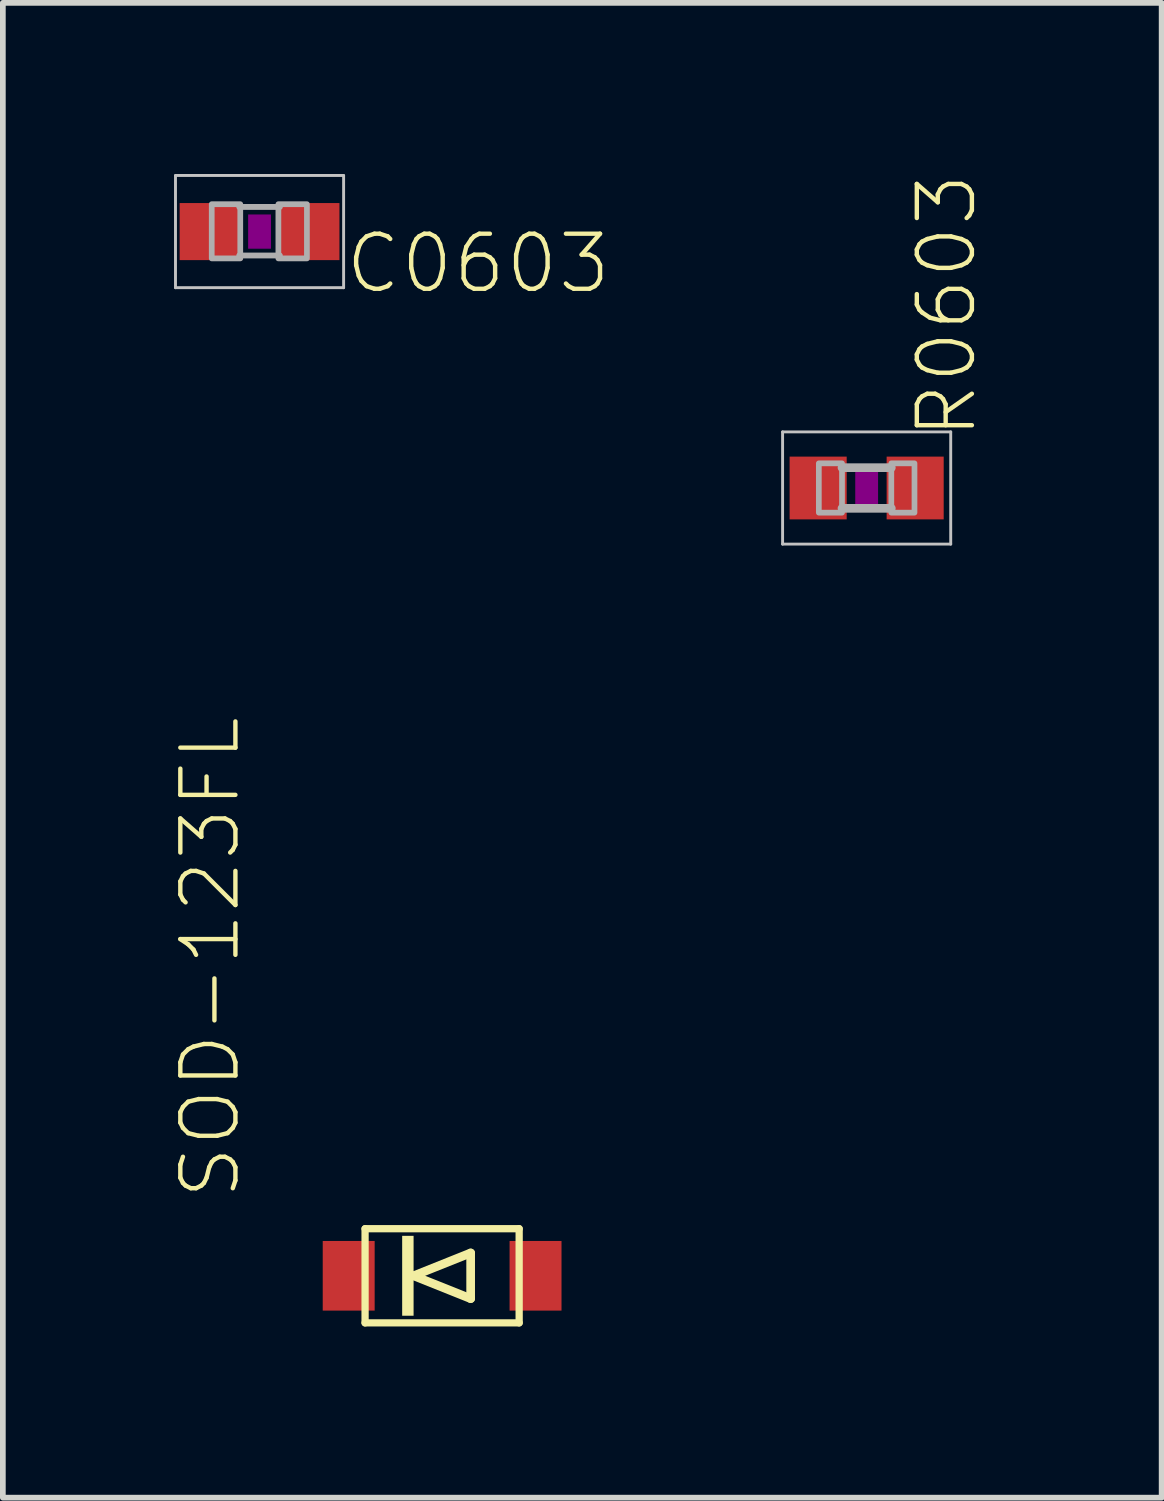
<source format=kicad_pcb>
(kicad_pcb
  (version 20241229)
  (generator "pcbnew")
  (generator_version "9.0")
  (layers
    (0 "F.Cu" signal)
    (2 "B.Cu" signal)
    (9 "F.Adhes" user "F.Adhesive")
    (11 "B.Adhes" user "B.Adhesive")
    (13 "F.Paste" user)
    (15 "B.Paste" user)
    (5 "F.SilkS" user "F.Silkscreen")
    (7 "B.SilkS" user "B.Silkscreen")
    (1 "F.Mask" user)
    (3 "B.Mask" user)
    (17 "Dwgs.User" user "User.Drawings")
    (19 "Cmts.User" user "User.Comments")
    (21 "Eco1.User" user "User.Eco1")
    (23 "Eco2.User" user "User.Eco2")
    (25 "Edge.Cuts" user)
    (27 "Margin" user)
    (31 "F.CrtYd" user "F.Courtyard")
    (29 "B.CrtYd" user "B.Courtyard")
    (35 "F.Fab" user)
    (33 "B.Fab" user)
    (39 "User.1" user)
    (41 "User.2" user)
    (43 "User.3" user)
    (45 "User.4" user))
  (footprint "SOD-123FL"
    (layer "F.Cu")
    (at 4.697 19.305)
    (property "Reference" "SOD-123FL" (at -3.5 -1.3 90) (layer "F.SilkS") (effects (font (size 0.965 0.965) (thickness 0.077)) (justify left bottom)))
    (attr through_hole)
    (fp_line (start -1.35 -0.825) (end 1.35 -0.825) (stroke (width 0.127) (type solid)) (layer "F.SilkS"))
    (fp_line (start -1.35 0.825) (end -1.35 -0.825) (stroke (width 0.127) (type solid)) (layer "F.SilkS"))
    (fp_line (start -0.5 0) (end 0.5 -0.4) (stroke (width 0.152) (type solid)) (layer "F.SilkS"))
    (fp_line (start 0.5 -0.4) (end 0.5 0.4) (stroke (width 0.152) (type solid)) (layer "F.SilkS"))
    (fp_line (start 0.5 0.4) (end -0.5 0) (stroke (width 0.152) (type solid)) (layer "F.SilkS"))
    (fp_line (start 1.35 -0.825) (end 1.35 0.825) (stroke (width 0.127) (type solid)) (layer "F.SilkS"))
    (fp_line (start 1.35 0.825) (end -1.35 0.825) (stroke (width 0.127) (type solid)) (layer "F.SilkS"))
    (fp_poly (pts (xy -0.7 0.7) (xy -0.5 0.7) (xy -0.5 -0.7) (xy -0.7 -0.7)) (stroke (width 0) (type solid)) (fill yes) (layer "F.SilkS"))
    (pad "A" smd rect (at 1.637 0) (size 0.91 1.22) (layers "F.Cu" "F.Mask" "F.Paste"))
    (pad "C" smd rect (at -1.637 0) (size 0.91 1.22) (layers "F.Cu" "F.Mask" "F.Paste")))
  (footprint "C0603"
    (layer "F.Cu")
    (at 1.498 1.008)
    (property "Reference" "C0603" (at 1.458 1.124 180) (layer "F.SilkS") (effects (font (size 0.965 0.965) (thickness 0.077)) (justify left bottom)))
    (attr through_hole)
    (fp_poly (pts (xy -0.2 0.3) (xy 0.2 0.3) (xy 0.2 -0.3) (xy -0.2 -0.3)) (stroke (width 0) (type solid)) (fill yes) (layer "F.Adhes"))
    (fp_line (start -1.473 -0.983) (end 1.473 -0.983) (stroke (width 0.051) (type solid)) (layer "Dwgs.User"))
    (fp_line (start -1.473 0.983) (end -1.473 -0.983) (stroke (width 0.051) (type solid)) (layer "Dwgs.User"))
    (fp_line (start 1.473 -0.983) (end 1.473 0.983) (stroke (width 0.051) (type solid)) (layer "Dwgs.User"))
    (fp_line (start 1.473 0.983) (end -1.473 0.983) (stroke (width 0.051) (type solid)) (layer "Dwgs.User"))
    (fp_line (start -0.356 -0.432) (end 0.356 -0.432) (stroke (width 0.102) (type solid)) (layer "F.Fab"))
    (fp_line (start -0.356 0.419) (end 0.356 0.419) (stroke (width 0.102) (type solid)) (layer "F.Fab"))
    (fp_poly (pts (xy -0.838 0.47) (xy -0.338 0.47) (xy -0.338 -0.48) (xy -0.838 -0.48)) (stroke (width 0.1) (type solid)) (fill no) (layer "F.Fab"))
    (fp_poly (pts (xy 0.33 0.47) (xy 0.83 0.47) (xy 0.83 -0.48) (xy 0.33 -0.48)) (stroke (width 0.1) (type solid)) (fill no) (layer "F.Fab"))
    (pad "1" smd rect (at -0.85 0) (size 1.1 1) (layers "F.Cu" "F.Mask" "F.Paste"))
    (pad "2" smd rect (at 0.85 0) (size 1.1 1) (layers "F.Cu" "F.Mask" "F.Paste")))
  (footprint "R0603"
    (layer "F.Cu")
    (at 12.136 5.501)
    (property "Reference" "R0603" (at 1.966 -0.82 270) (layer "F.SilkS") (effects (font (size 0.965 0.965) (thickness 0.077)) (justify left bottom)))
    (attr through_hole)
    (fp_poly (pts (xy -0.2 0.4) (xy 0.2 0.4) (xy 0.2 -0.4) (xy -0.2 -0.4)) (stroke (width 0) (type solid)) (fill yes) (layer "F.Adhes"))
    (fp_line (start -1.473 -0.983) (end 1.473 -0.983) (stroke (width 0.051) (type solid)) (layer "Dwgs.User"))
    (fp_line (start -1.473 0.983) (end -1.473 -0.983) (stroke (width 0.051) (type solid)) (layer "Dwgs.User"))
    (fp_line (start 1.473 -0.983) (end 1.473 0.983) (stroke (width 0.051) (type solid)) (layer "Dwgs.User"))
    (fp_line (start 1.473 0.983) (end -1.473 0.983) (stroke (width 0.051) (type solid)) (layer "Dwgs.User"))
    (fp_line (start -0.432 0.356) (end 0.432 0.356) (stroke (width 0.152) (type solid)) (layer "F.Fab"))
    (fp_line (start 0.432 -0.356) (end -0.432 -0.356) (stroke (width 0.152) (type solid)) (layer "F.Fab"))
    (fp_poly (pts (xy -0.838 0.432) (xy -0.432 0.432) (xy -0.432 -0.432) (xy -0.838 -0.432)) (stroke (width 0.1) (type solid)) (fill no) (layer "F.Fab"))
    (fp_poly (pts (xy 0.432 0.432) (xy 0.838 0.432) (xy 0.838 -0.432) (xy 0.432 -0.432)) (stroke (width 0.1) (type solid)) (fill no) (layer "F.Fab"))
    (pad "1" smd rect (at -0.85 0) (size 1 1.1) (layers "F.Cu" "F.Mask" "F.Paste"))
    (pad "2" smd rect (at 0.85 0) (size 1 1.1) (layers "F.Cu" "F.Mask" "F.Paste")))
  (gr_rect
    (start -3 -3)
    (end 17.305 23.193)
    (stroke (width 0.1) (type default))
    (fill no)
    (layer "Edge.Cuts")))
</source>
